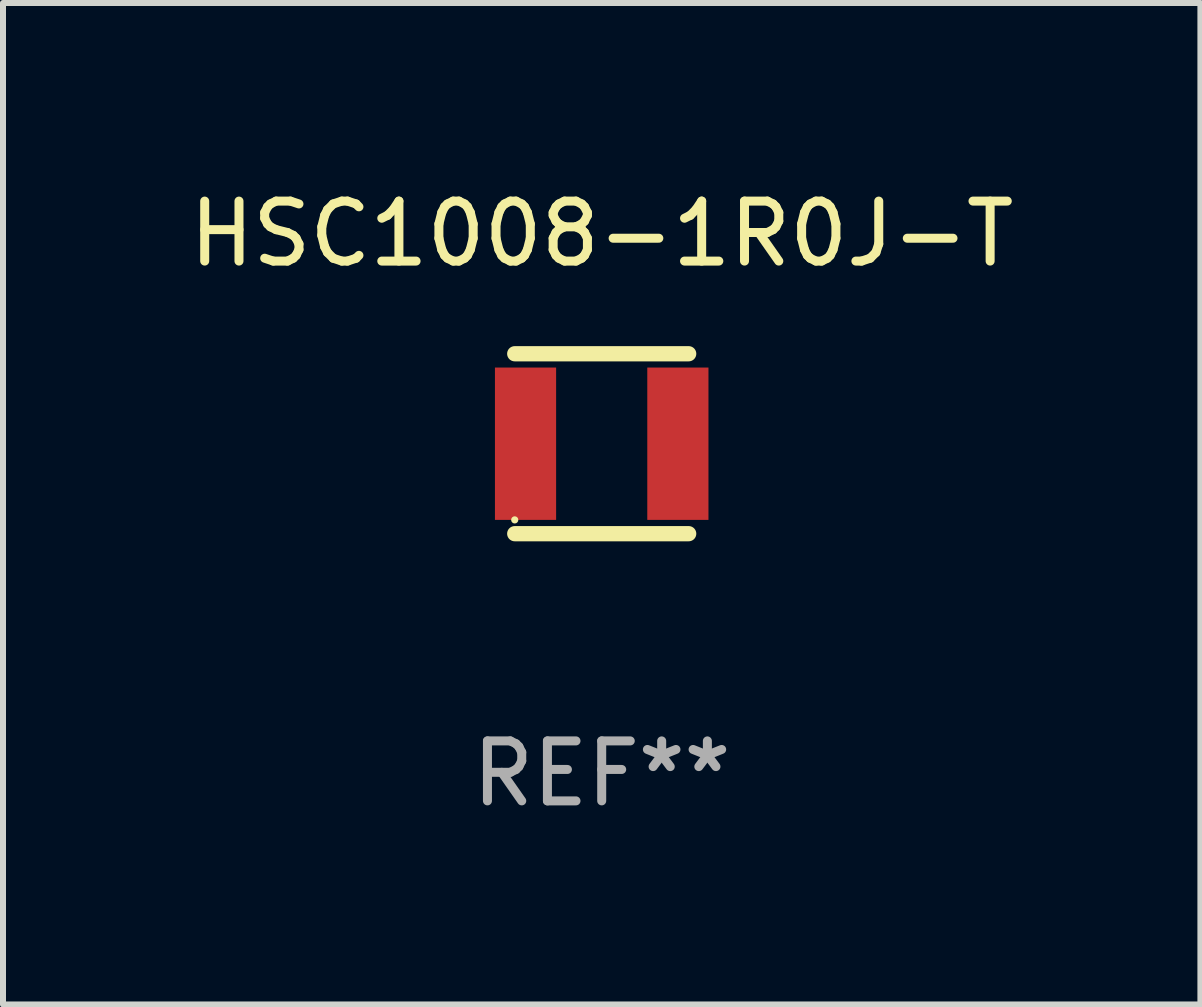
<source format=kicad_pcb>
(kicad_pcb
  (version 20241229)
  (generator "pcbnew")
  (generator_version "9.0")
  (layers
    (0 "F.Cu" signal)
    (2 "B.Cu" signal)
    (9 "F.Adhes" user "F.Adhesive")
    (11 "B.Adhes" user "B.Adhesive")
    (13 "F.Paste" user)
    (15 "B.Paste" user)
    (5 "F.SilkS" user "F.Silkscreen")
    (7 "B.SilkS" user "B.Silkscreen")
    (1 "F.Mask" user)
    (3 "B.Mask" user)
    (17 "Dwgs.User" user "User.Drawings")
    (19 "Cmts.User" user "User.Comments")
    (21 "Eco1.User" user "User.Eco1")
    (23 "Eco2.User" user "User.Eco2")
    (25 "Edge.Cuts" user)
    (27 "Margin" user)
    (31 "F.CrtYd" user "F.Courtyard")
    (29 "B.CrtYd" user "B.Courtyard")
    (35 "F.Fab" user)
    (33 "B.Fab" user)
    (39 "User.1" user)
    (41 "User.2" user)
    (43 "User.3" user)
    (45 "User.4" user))
  (footprint "HSC1008-1R0J-T"
    (layer "F.Cu")
    (at 6.982 4.348)
    (property "Reference" "HSC1008-1R0J-T" (at 0 -3.5 0) (layer "F.SilkS") (effects (font (size 1 1) (thickness 0.15))))
    (attr through_hole)
    (fp_line (start -1.45 -1.5) (end 1.45 -1.5) (stroke (width 0.254) (type solid)) (layer "F.SilkS"))
    (fp_line (start -1.45 1.5) (end 1.45 1.5) (stroke (width 0.254) (type solid)) (layer "F.SilkS"))
    (fp_circle (center -1.45 1.27) (end -1.42 1.27) (stroke (width 0.06) (type solid)) (fill no) (layer "F.SilkS"))
    (fp_text user "REF**" (at 0 5.5 0) (layer "F.Fab") (effects (font (size 1 1) (thickness 0.15))))
    (pad "1" smd rect (at -1.27 0 90) (size 2.54 1.02) (layers "F.Cu" "F.Mask" "F.Paste"))
    (pad "2" smd rect (at 1.27 0 90) (size 2.54 1.02) (layers "F.Cu" "F.Mask" "F.Paste")))
  (gr_rect
    (start -3 -3)
    (end 16.964 13.697)
    (stroke (width 0.1) (type default))
    (fill no)
    (layer "Edge.Cuts")))
</source>
